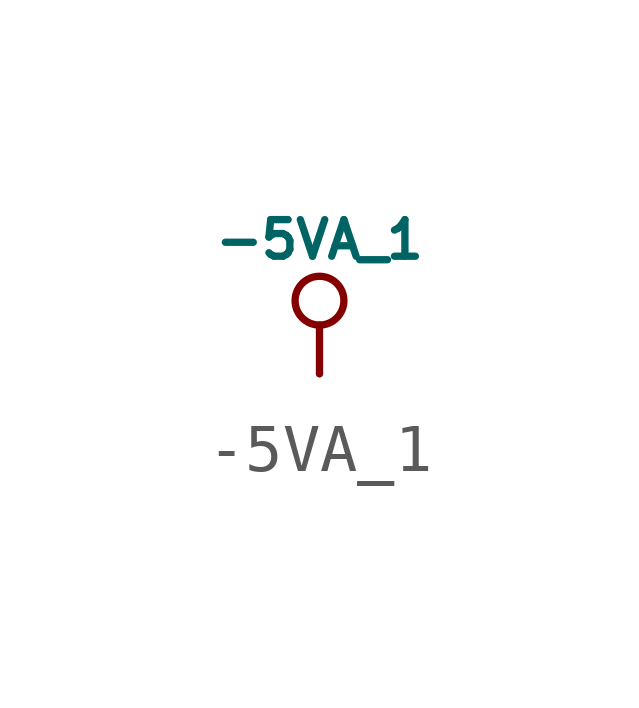
<source format=kicad_sym>
(kicad_symbol_lib
  (version 20241209)
  (generator "kicad_symbol_editor")
  (generator_version "9.0")
  (symbol "-5VA_1"
    (power)
    (pin_names
      (offset 0))
    (property "Reference" "#PWR"
      (at 0 -1.016 0)
      (effects (font (size 0.762 0.762)) (hide yes)))
    (property "Value" "-5VA_1"
      (at 0 2.794 0)
      (effects (font (size 0.762 0.762))))
    (property "Footprint" ""
      (at 0 0 0)
      (effects (font (size 1.524 1.524))))
    (property "Datasheet" ""
      (at 0 0 0)
      (effects (font (size 1.524 1.524))))
    (symbol "-5VA_1_0_1"
      (circle (center 0 1.524) (radius 0.508) (stroke (width 0) (type default)) (fill (type none)))
      (polyline (pts (xy 0 0) (xy 0 1.016) (xy 0 1.016)) (stroke (width 0) (type default)) (fill (type none))))
    (symbol "-5VA_1_1_0"
      (pin power_in line (at 0 0 90) (length 0) (hide yes) (name "-5VA_1" (effects (font (size 0.762 0.762)))) (number "1" (effects (font (size 0.762 0.762))))))))
</source>
